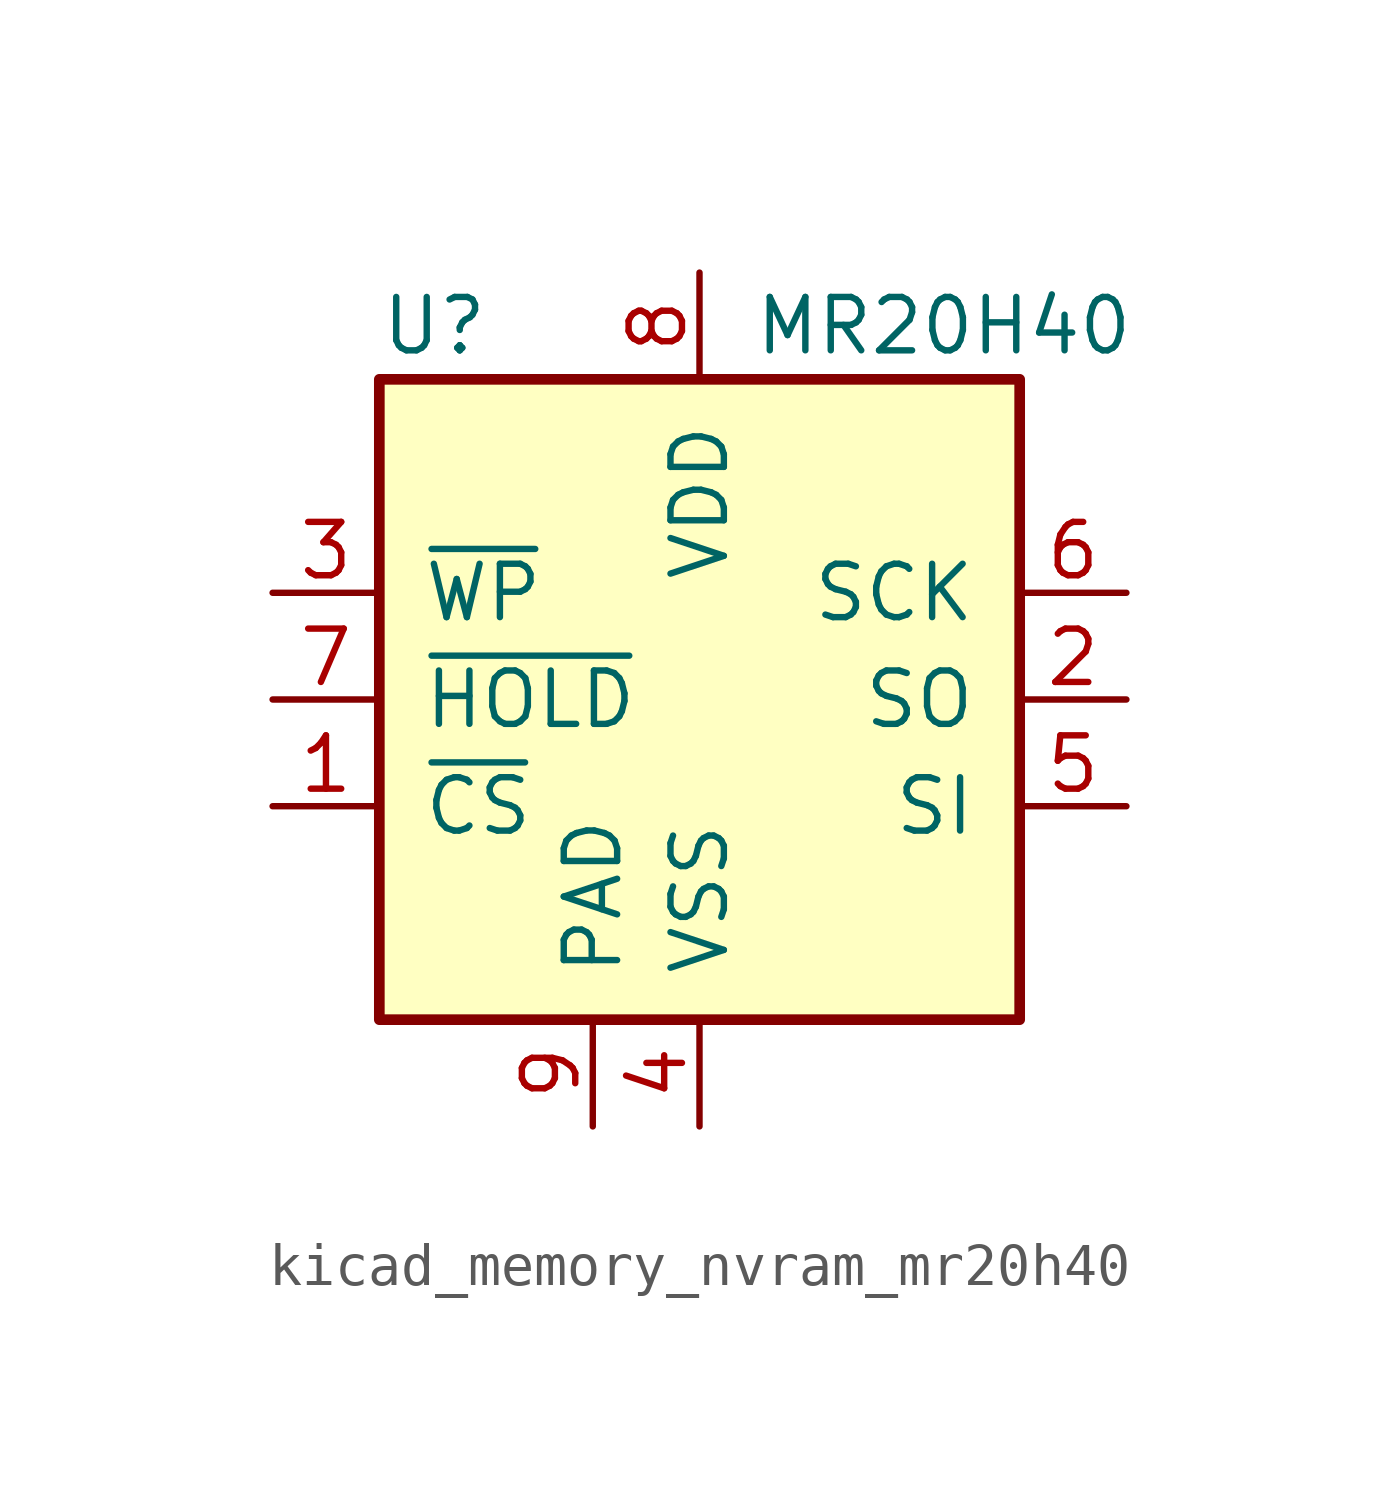
<source format=kicad_sym>
(kicad_symbol_lib
  (version 20220914)
  (generator kicad_symbol_editor)
  (symbol "kicad_memory_nvram_mr20h40"
    (pin_names
      (offset 1.016))
    (property "Reference" "U"
      (at -7.62 8.89 0)
      (effects (font (size 1.27 1.27)) (justify left)))
    (property "Value" "MR20H40"
      (at 1.27 8.89 0)
      (effects (font (size 1.27 1.27)) (justify left)))
    (symbol "kicad_memory_nvram_mr20h40_0_1"
      (rectangle (start -7.62 7.62) (end 7.62 -7.62) (stroke (width 0.254) (type default)) (fill (type background))))
    (symbol "kicad_memory_nvram_mr20h40_1_1"
      (pin input line (at -10.16 -2.54 0) (length 2.54) (name "~{CS}" (effects (font (size 1.27 1.27)))) (number "1" (effects (font (size 1.27 1.27)))))
      (pin output line (at 10.16 0 180) (length 2.54) (name "SO" (effects (font (size 1.27 1.27)))) (number "2" (effects (font (size 1.27 1.27)))))
      (pin input line (at -10.16 2.54 0) (length 2.54) (name "~{WP}" (effects (font (size 1.27 1.27)))) (number "3" (effects (font (size 1.27 1.27)))))
      (pin power_in line (at 0 -10.16 90) (length 2.54) (name "VSS" (effects (font (size 1.27 1.27)))) (number "4" (effects (font (size 1.27 1.27)))))
      (pin input line (at 10.16 -2.54 180) (length 2.54) (name "SI" (effects (font (size 1.27 1.27)))) (number "5" (effects (font (size 1.27 1.27)))))
      (pin input line (at 10.16 2.54 180) (length 2.54) (name "SCK" (effects (font (size 1.27 1.27)))) (number "6" (effects (font (size 1.27 1.27)))))
      (pin input line (at -10.16 0 0) (length 2.54) (name "~{HOLD}" (effects (font (size 1.27 1.27)))) (number "7" (effects (font (size 1.27 1.27)))))
      (pin power_in line (at 0 10.16 270) (length 2.54) (name "VDD" (effects (font (size 1.27 1.27)))) (number "8" (effects (font (size 1.27 1.27)))))
      (pin power_in line (at -2.54 -10.16 90) (length 2.54) (name "PAD" (effects (font (size 1.27 1.27)))) (number "9" (effects (font (size 1.27 1.27))))))))
</source>
